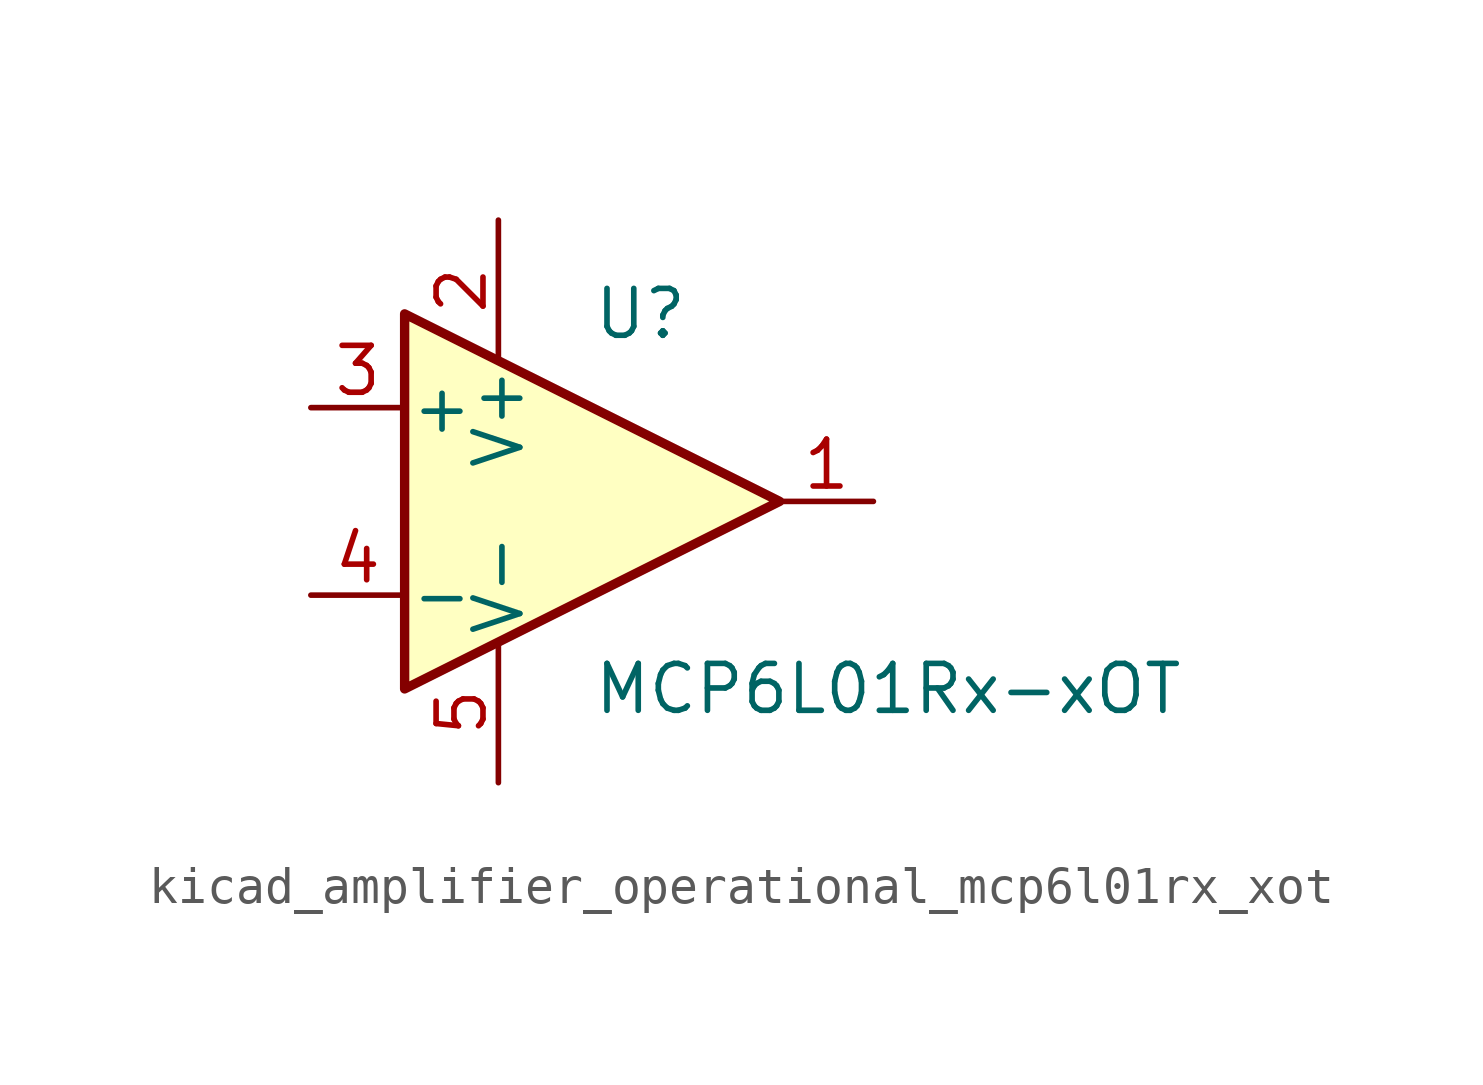
<source format=kicad_sym>
(kicad_symbol_lib
  (version 20220914)
  (generator kicad_symbol_editor)
  (symbol "kicad_amplifier_operational_mcp6l01rx_xot"
    (pin_names
      (offset 0.127))
    (property "Reference" "U"
      (at 0 5.08 0)
      (effects (font (size 1.27 1.27)) (justify left)))
    (property "Value" "MCP6L01Rx-xOT"
      (at 0 -5.08 0)
      (effects (font (size 1.27 1.27)) (justify left)))
    (symbol "kicad_amplifier_operational_mcp6l01rx_xot_0_1"
      (polyline (pts (xy -5.08 5.08) (xy 5.08 0) (xy -5.08 -5.08) (xy -5.08 5.08)) (stroke (width 0.254) (type default)) (fill (type background)))
      (pin power_in line (at -2.54 7.62 270) (length 3.81) (name "V+" (effects (font (size 1.27 1.27)))) (number "2" (effects (font (size 1.27 1.27)))))
      (pin power_in line (at -2.54 -7.62 90) (length 3.81) (name "V-" (effects (font (size 1.27 1.27)))) (number "5" (effects (font (size 1.27 1.27))))))
    (symbol "kicad_amplifier_operational_mcp6l01rx_xot_1_1"
      (pin output line (at 7.62 0 180) (length 2.54) (name "~" (effects (font (size 1.27 1.27)))) (number "1" (effects (font (size 1.27 1.27)))))
      (pin input line (at -7.62 2.54 0) (length 2.54) (name "+" (effects (font (size 1.27 1.27)))) (number "3" (effects (font (size 1.27 1.27)))))
      (pin input line (at -7.62 -2.54 0) (length 2.54) (name "-" (effects (font (size 1.27 1.27)))) (number "4" (effects (font (size 1.27 1.27))))))))
</source>
